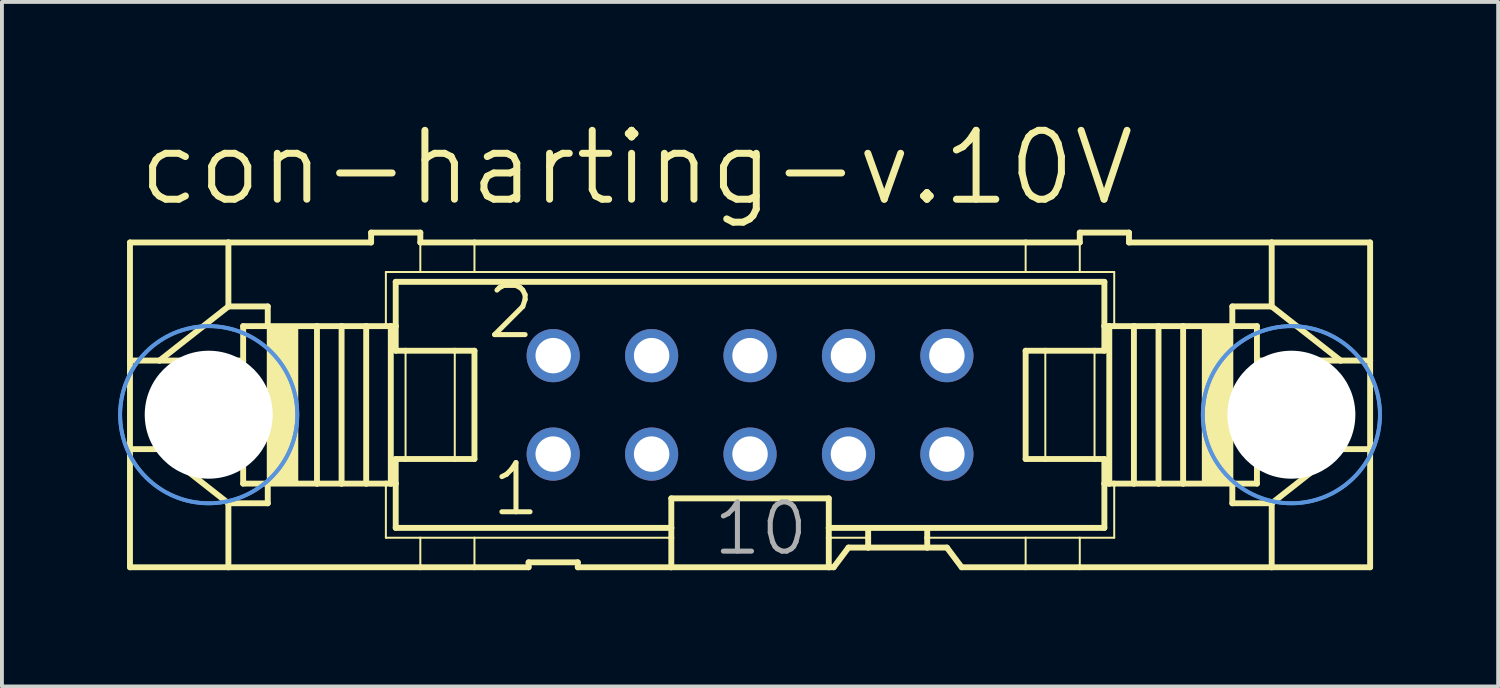
<source format=kicad_pcb>
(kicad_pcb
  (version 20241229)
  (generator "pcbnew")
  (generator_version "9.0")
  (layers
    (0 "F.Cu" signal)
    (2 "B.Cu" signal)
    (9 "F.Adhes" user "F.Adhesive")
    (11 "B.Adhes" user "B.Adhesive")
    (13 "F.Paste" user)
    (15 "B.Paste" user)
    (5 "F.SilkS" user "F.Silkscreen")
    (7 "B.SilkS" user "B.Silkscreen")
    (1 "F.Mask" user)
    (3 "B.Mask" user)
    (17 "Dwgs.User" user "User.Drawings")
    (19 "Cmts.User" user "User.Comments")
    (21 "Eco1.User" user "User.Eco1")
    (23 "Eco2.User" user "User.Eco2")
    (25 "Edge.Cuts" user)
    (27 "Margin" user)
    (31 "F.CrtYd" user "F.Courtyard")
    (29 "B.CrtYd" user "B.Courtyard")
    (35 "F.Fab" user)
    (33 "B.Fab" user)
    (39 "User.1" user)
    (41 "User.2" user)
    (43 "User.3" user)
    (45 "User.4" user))
  (footprint "con-harting-v.10V"
    (layer "F.Cu")
    (at 16.306 7.398)
    (property "Reference" "con-harting-v.10V" (at -15.875 -5.08 0) (layer "F.SilkS") (effects (font (size 1.778 1.778) (thickness 0.18)) (justify left bottom)))
    (attr through_hole)
    (fp_line (start -16.002 -4.191) (end -16.002 -1.143) (stroke (width 0.152) (type default)) (layer "F.SilkS"))
    (fp_line (start -16.002 -4.191) (end -13.462 -4.191) (stroke (width 0.152) (type default)) (layer "F.SilkS"))
    (fp_line (start -16.002 -1.143) (end -16.002 1.143) (stroke (width 0.152) (type default)) (layer "F.SilkS"))
    (fp_line (start -16.002 -1.143) (end -15.24 -1.143) (stroke (width 0.152) (type default)) (layer "F.SilkS"))
    (fp_line (start -16.002 1.143) (end -16.002 4.191) (stroke (width 0.152) (type default)) (layer "F.SilkS"))
    (fp_line (start -16.002 1.143) (end -15.24 1.143) (stroke (width 0.152) (type default)) (layer "F.SilkS"))
    (fp_line (start -15.24 -1.143) (end -13.081 -1.143) (stroke (width 0.152) (type default)) (layer "F.SilkS"))
    (fp_line (start -15.24 1.143) (end -13.081 1.143) (stroke (width 0.152) (type default)) (layer "F.SilkS"))
    (fp_line (start -13.462 -4.191) (end -13.462 -2.54) (stroke (width 0.152) (type default)) (layer "F.SilkS"))
    (fp_line (start -13.462 -2.54) (end -15.24 -1.143) (stroke (width 0.152) (type default)) (layer "F.SilkS"))
    (fp_line (start -13.462 2.54) (end -15.24 1.143) (stroke (width 0.152) (type default)) (layer "F.SilkS"))
    (fp_line (start -13.462 2.54) (end -13.462 4.191) (stroke (width 0.152) (type default)) (layer "F.SilkS"))
    (fp_line (start -13.462 4.191) (end -16.002 4.191) (stroke (width 0.152) (type default)) (layer "F.SilkS"))
    (fp_line (start -13.081 -1.143) (end -13.081 -2.032) (stroke (width 0.152) (type default)) (layer "F.SilkS"))
    (fp_line (start -13.081 1.143) (end -13.081 -1.143) (stroke (width 0.152) (type default)) (layer "F.SilkS"))
    (fp_line (start -13.081 2.032) (end -13.081 1.143) (stroke (width 0.152) (type default)) (layer "F.SilkS"))
    (fp_line (start -12.446 -2.54) (end -13.462 -2.54) (stroke (width 0.152) (type default)) (layer "F.SilkS"))
    (fp_line (start -12.446 -2.54) (end -12.446 -2.032) (stroke (width 0.152) (type default)) (layer "F.SilkS"))
    (fp_line (start -12.446 -2.032) (end -13.081 -2.032) (stroke (width 0.152) (type default)) (layer "F.SilkS"))
    (fp_line (start -12.446 2.032) (end -13.081 2.032) (stroke (width 0.152) (type default)) (layer "F.SilkS"))
    (fp_line (start -12.446 2.032) (end -12.446 2.54) (stroke (width 0.152) (type default)) (layer "F.SilkS"))
    (fp_line (start -12.446 2.54) (end -13.462 2.54) (stroke (width 0.152) (type default)) (layer "F.SilkS"))
    (fp_line (start -11.176 -2.032) (end -12.446 -2.032) (stroke (width 0.152) (type default)) (layer "F.SilkS"))
    (fp_line (start -11.176 2.032) (end -12.446 2.032) (stroke (width 0.152) (type default)) (layer "F.SilkS"))
    (fp_line (start -11.176 2.032) (end -11.176 -2.032) (stroke (width 0.152) (type default)) (layer "F.SilkS"))
    (fp_line (start -10.541 -2.032) (end -11.176 -2.032) (stroke (width 0.152) (type default)) (layer "F.SilkS"))
    (fp_line (start -10.541 2.032) (end -11.176 2.032) (stroke (width 0.152) (type default)) (layer "F.SilkS"))
    (fp_line (start -10.541 2.032) (end -10.541 -2.032) (stroke (width 0.152) (type default)) (layer "F.SilkS"))
    (fp_line (start -9.906 -2.032) (end -10.541 -2.032) (stroke (width 0.152) (type default)) (layer "F.SilkS"))
    (fp_line (start -9.906 2.032) (end -10.541 2.032) (stroke (width 0.152) (type default)) (layer "F.SilkS"))
    (fp_line (start -9.906 2.032) (end -9.906 -2.032) (stroke (width 0.152) (type default)) (layer "F.SilkS"))
    (fp_line (start -9.779 -4.445) (end -9.779 -4.191) (stroke (width 0.152) (type default)) (layer "F.SilkS"))
    (fp_line (start -9.779 -4.445) (end -8.509 -4.445) (stroke (width 0.152) (type default)) (layer "F.SilkS"))
    (fp_line (start -9.779 -4.191) (end -13.462 -4.191) (stroke (width 0.152) (type default)) (layer "F.SilkS"))
    (fp_line (start -9.398 -3.429) (end -9.398 -2.032) (stroke (width 0.051) (type default)) (layer "F.SilkS"))
    (fp_line (start -9.398 -2.032) (end -9.906 -2.032) (stroke (width 0.152) (type default)) (layer "F.SilkS"))
    (fp_line (start -9.398 2.032) (end -9.906 2.032) (stroke (width 0.152) (type default)) (layer "F.SilkS"))
    (fp_line (start -9.398 3.429) (end -9.398 2.032) (stroke (width 0.051) (type default)) (layer "F.SilkS"))
    (fp_line (start -9.271 -2.032) (end -9.398 -2.032) (stroke (width 0.152) (type default)) (layer "F.SilkS"))
    (fp_line (start -9.271 2.032) (end -9.398 2.032) (stroke (width 0.152) (type default)) (layer "F.SilkS"))
    (fp_line (start -9.271 2.032) (end -9.271 -2.032) (stroke (width 0.152) (type default)) (layer "F.SilkS"))
    (fp_line (start -9.144 -3.175) (end 9.144 -3.175) (stroke (width 0.152) (type default)) (layer "F.SilkS"))
    (fp_line (start -9.144 -2.032) (end -9.271 -2.032) (stroke (width 0.152) (type default)) (layer "F.SilkS"))
    (fp_line (start -9.144 -2.032) (end -9.144 -3.175) (stroke (width 0.152) (type default)) (layer "F.SilkS"))
    (fp_line (start -9.144 -1.397) (end -9.144 -2.032) (stroke (width 0.152) (type default)) (layer "F.SilkS"))
    (fp_line (start -9.144 -1.397) (end -8.89 -1.397) (stroke (width 0.152) (type default)) (layer "F.SilkS"))
    (fp_line (start -9.144 2.032) (end -9.271 2.032) (stroke (width 0.152) (type default)) (layer "F.SilkS"))
    (fp_line (start -9.144 2.032) (end -9.144 1.397) (stroke (width 0.152) (type default)) (layer "F.SilkS"))
    (fp_line (start -9.144 3.175) (end -9.144 2.032) (stroke (width 0.152) (type default)) (layer "F.SilkS"))
    (fp_line (start -8.89 -1.397) (end -7.62 -1.397) (stroke (width 0.152) (type default)) (layer "F.SilkS"))
    (fp_line (start -8.89 1.397) (end -9.144 1.397) (stroke (width 0.152) (type default)) (layer "F.SilkS"))
    (fp_line (start -8.89 1.397) (end -8.89 -1.397) (stroke (width 0.051) (type default)) (layer "F.SilkS"))
    (fp_line (start -8.509 -4.445) (end -8.509 -4.191) (stroke (width 0.152) (type default)) (layer "F.SilkS"))
    (fp_line (start -8.509 -3.429) (end -9.398 -3.429) (stroke (width 0.051) (type default)) (layer "F.SilkS"))
    (fp_line (start -8.509 -3.429) (end -8.509 -4.191) (stroke (width 0.051) (type default)) (layer "F.SilkS"))
    (fp_line (start -8.509 -3.429) (end -7.112 -3.429) (stroke (width 0.051) (type default)) (layer "F.SilkS"))
    (fp_line (start -8.509 3.429) (end -9.398 3.429) (stroke (width 0.051) (type default)) (layer "F.SilkS"))
    (fp_line (start -8.509 4.191) (end -13.462 4.191) (stroke (width 0.152) (type default)) (layer "F.SilkS"))
    (fp_line (start -8.509 4.191) (end -8.509 3.429) (stroke (width 0.051) (type default)) (layer "F.SilkS"))
    (fp_line (start -7.62 -1.397) (end -7.112 -1.397) (stroke (width 0.152) (type default)) (layer "F.SilkS"))
    (fp_line (start -7.62 1.397) (end -8.89 1.397) (stroke (width 0.152) (type default)) (layer "F.SilkS"))
    (fp_line (start -7.62 1.397) (end -7.62 -1.397) (stroke (width 0.051) (type default)) (layer "F.SilkS"))
    (fp_line (start -7.112 -4.191) (end -8.509 -4.191) (stroke (width 0.152) (type default)) (layer "F.SilkS"))
    (fp_line (start -7.112 -4.191) (end 7.112 -4.191) (stroke (width 0.152) (type default)) (layer "F.SilkS"))
    (fp_line (start -7.112 -3.429) (end -7.112 -4.191) (stroke (width 0.051) (type default)) (layer "F.SilkS"))
    (fp_line (start -7.112 -3.429) (end 7.112 -3.429) (stroke (width 0.051) (type default)) (layer "F.SilkS"))
    (fp_line (start -7.112 1.397) (end -7.62 1.397) (stroke (width 0.152) (type default)) (layer "F.SilkS"))
    (fp_line (start -7.112 1.397) (end -7.112 -1.397) (stroke (width 0.152) (type default)) (layer "F.SilkS"))
    (fp_line (start -7.112 3.429) (end -8.509 3.429) (stroke (width 0.051) (type default)) (layer "F.SilkS"))
    (fp_line (start -7.112 4.191) (end -8.509 4.191) (stroke (width 0.152) (type default)) (layer "F.SilkS"))
    (fp_line (start -7.112 4.191) (end -7.112 3.429) (stroke (width 0.051) (type default)) (layer "F.SilkS"))
    (fp_line (start -5.715 4.191) (end -7.112 4.191) (stroke (width 0.152) (type default)) (layer "F.SilkS"))
    (fp_line (start -5.715 4.191) (end -5.715 4.064) (stroke (width 0.152) (type default)) (layer "F.SilkS"))
    (fp_line (start -4.445 4.064) (end -5.715 4.064) (stroke (width 0.152) (type default)) (layer "F.SilkS"))
    (fp_line (start -4.445 4.064) (end -4.445 4.191) (stroke (width 0.152) (type default)) (layer "F.SilkS"))
    (fp_line (start -2.032 3.175) (end -9.144 3.175) (stroke (width 0.152) (type default)) (layer "F.SilkS"))
    (fp_line (start -2.032 3.175) (end -2.032 2.413) (stroke (width 0.152) (type default)) (layer "F.SilkS"))
    (fp_line (start -2.032 3.175) (end -2.032 3.429) (stroke (width 0.152) (type default)) (layer "F.SilkS"))
    (fp_line (start -2.032 3.429) (end -7.112 3.429) (stroke (width 0.051) (type default)) (layer "F.SilkS"))
    (fp_line (start -2.032 3.429) (end -2.032 4.191) (stroke (width 0.152) (type default)) (layer "F.SilkS"))
    (fp_line (start -2.032 4.191) (end -4.445 4.191) (stroke (width 0.152) (type default)) (layer "F.SilkS"))
    (fp_line (start 2.032 2.413) (end -2.032 2.413) (stroke (width 0.152) (type default)) (layer "F.SilkS"))
    (fp_line (start 2.032 2.413) (end 2.032 3.175) (stroke (width 0.152) (type default)) (layer "F.SilkS"))
    (fp_line (start 2.032 3.175) (end 2.032 3.429) (stroke (width 0.152) (type default)) (layer "F.SilkS"))
    (fp_line (start 2.032 3.429) (end 2.032 4.191) (stroke (width 0.152) (type default)) (layer "F.SilkS"))
    (fp_line (start 2.032 4.191) (end -2.032 4.191) (stroke (width 0.152) (type default)) (layer "F.SilkS"))
    (fp_line (start 2.159 4.191) (end 2.032 4.191) (stroke (width 0.152) (type default)) (layer "F.SilkS"))
    (fp_line (start 2.159 4.191) (end 2.54 3.683) (stroke (width 0.152) (type default)) (layer "F.SilkS"))
    (fp_line (start 3.048 3.175) (end 2.032 3.175) (stroke (width 0.152) (type default)) (layer "F.SilkS"))
    (fp_line (start 3.048 3.175) (end 3.048 3.429) (stroke (width 0.152) (type default)) (layer "F.SilkS"))
    (fp_line (start 3.048 3.429) (end 2.032 3.429) (stroke (width 0.051) (type default)) (layer "F.SilkS"))
    (fp_line (start 3.048 3.429) (end 3.048 3.683) (stroke (width 0.152) (type default)) (layer "F.SilkS"))
    (fp_line (start 3.048 3.683) (end 2.54 3.683) (stroke (width 0.152) (type default)) (layer "F.SilkS"))
    (fp_line (start 4.572 3.175) (end 3.048 3.175) (stroke (width 0.152) (type default)) (layer "F.SilkS"))
    (fp_line (start 4.572 3.175) (end 4.572 3.429) (stroke (width 0.152) (type default)) (layer "F.SilkS"))
    (fp_line (start 4.572 3.429) (end 4.572 3.683) (stroke (width 0.152) (type default)) (layer "F.SilkS"))
    (fp_line (start 4.572 3.429) (end 7.112 3.429) (stroke (width 0.051) (type default)) (layer "F.SilkS"))
    (fp_line (start 4.572 3.683) (end 3.048 3.683) (stroke (width 0.152) (type default)) (layer "F.SilkS"))
    (fp_line (start 5.08 3.683) (end 4.572 3.683) (stroke (width 0.152) (type default)) (layer "F.SilkS"))
    (fp_line (start 5.08 3.683) (end 5.461 4.191) (stroke (width 0.152) (type default)) (layer "F.SilkS"))
    (fp_line (start 7.112 -4.191) (end 7.112 -3.429) (stroke (width 0.051) (type default)) (layer "F.SilkS"))
    (fp_line (start 7.112 -4.191) (end 8.509 -4.191) (stroke (width 0.152) (type default)) (layer "F.SilkS"))
    (fp_line (start 7.112 -1.397) (end 7.112 1.397) (stroke (width 0.152) (type default)) (layer "F.SilkS"))
    (fp_line (start 7.112 -1.397) (end 7.62 -1.397) (stroke (width 0.152) (type default)) (layer "F.SilkS"))
    (fp_line (start 7.112 3.429) (end 7.112 4.191) (stroke (width 0.051) (type default)) (layer "F.SilkS"))
    (fp_line (start 7.112 3.429) (end 8.509 3.429) (stroke (width 0.051) (type default)) (layer "F.SilkS"))
    (fp_line (start 7.112 4.191) (end 5.461 4.191) (stroke (width 0.152) (type default)) (layer "F.SilkS"))
    (fp_line (start 7.62 -1.397) (end 7.62 1.397) (stroke (width 0.051) (type default)) (layer "F.SilkS"))
    (fp_line (start 7.62 -1.397) (end 8.89 -1.397) (stroke (width 0.152) (type default)) (layer "F.SilkS"))
    (fp_line (start 7.62 1.397) (end 7.112 1.397) (stroke (width 0.152) (type default)) (layer "F.SilkS"))
    (fp_line (start 8.509 -4.191) (end 8.509 -4.445) (stroke (width 0.152) (type default)) (layer "F.SilkS"))
    (fp_line (start 8.509 -4.191) (end 8.509 -3.429) (stroke (width 0.051) (type default)) (layer "F.SilkS"))
    (fp_line (start 8.509 -3.429) (end 7.112 -3.429) (stroke (width 0.051) (type default)) (layer "F.SilkS"))
    (fp_line (start 8.509 -3.429) (end 9.398 -3.429) (stroke (width 0.051) (type default)) (layer "F.SilkS"))
    (fp_line (start 8.509 3.429) (end 8.509 4.191) (stroke (width 0.051) (type default)) (layer "F.SilkS"))
    (fp_line (start 8.509 3.429) (end 9.398 3.429) (stroke (width 0.051) (type default)) (layer "F.SilkS"))
    (fp_line (start 8.509 4.191) (end 7.112 4.191) (stroke (width 0.152) (type default)) (layer "F.SilkS"))
    (fp_line (start 8.89 -1.397) (end 8.89 1.397) (stroke (width 0.051) (type default)) (layer "F.SilkS"))
    (fp_line (start 8.89 -1.397) (end 9.144 -1.397) (stroke (width 0.152) (type default)) (layer "F.SilkS"))
    (fp_line (start 8.89 1.397) (end 7.62 1.397) (stroke (width 0.152) (type default)) (layer "F.SilkS"))
    (fp_line (start 9.144 -3.175) (end 9.144 -2.032) (stroke (width 0.152) (type default)) (layer "F.SilkS"))
    (fp_line (start 9.144 -2.032) (end 9.144 -1.397) (stroke (width 0.152) (type default)) (layer "F.SilkS"))
    (fp_line (start 9.144 -2.032) (end 9.271 -2.032) (stroke (width 0.152) (type default)) (layer "F.SilkS"))
    (fp_line (start 9.144 1.397) (end 8.89 1.397) (stroke (width 0.152) (type default)) (layer "F.SilkS"))
    (fp_line (start 9.144 1.397) (end 9.144 2.032) (stroke (width 0.152) (type default)) (layer "F.SilkS"))
    (fp_line (start 9.144 2.032) (end 9.144 3.175) (stroke (width 0.152) (type default)) (layer "F.SilkS"))
    (fp_line (start 9.144 2.032) (end 9.271 2.032) (stroke (width 0.152) (type default)) (layer "F.SilkS"))
    (fp_line (start 9.144 3.175) (end 4.572 3.175) (stroke (width 0.152) (type default)) (layer "F.SilkS"))
    (fp_line (start 9.271 -2.032) (end 9.271 2.032) (stroke (width 0.152) (type default)) (layer "F.SilkS"))
    (fp_line (start 9.271 -2.032) (end 9.398 -2.032) (stroke (width 0.152) (type default)) (layer "F.SilkS"))
    (fp_line (start 9.271 2.032) (end 9.398 2.032) (stroke (width 0.152) (type default)) (layer "F.SilkS"))
    (fp_line (start 9.398 -3.429) (end 9.398 -2.032) (stroke (width 0.051) (type default)) (layer "F.SilkS"))
    (fp_line (start 9.398 -2.032) (end 9.906 -2.032) (stroke (width 0.152) (type default)) (layer "F.SilkS"))
    (fp_line (start 9.398 2.032) (end 9.906 2.032) (stroke (width 0.152) (type default)) (layer "F.SilkS"))
    (fp_line (start 9.398 3.429) (end 9.398 2.032) (stroke (width 0.051) (type default)) (layer "F.SilkS"))
    (fp_line (start 9.779 -4.445) (end 8.509 -4.445) (stroke (width 0.152) (type default)) (layer "F.SilkS"))
    (fp_line (start 9.779 -4.191) (end 9.779 -4.445) (stroke (width 0.152) (type default)) (layer "F.SilkS"))
    (fp_line (start 9.779 -4.191) (end 13.462 -4.191) (stroke (width 0.152) (type default)) (layer "F.SilkS"))
    (fp_line (start 9.906 -2.032) (end 9.906 2.032) (stroke (width 0.152) (type default)) (layer "F.SilkS"))
    (fp_line (start 9.906 -2.032) (end 10.541 -2.032) (stroke (width 0.152) (type default)) (layer "F.SilkS"))
    (fp_line (start 9.906 2.032) (end 10.541 2.032) (stroke (width 0.152) (type default)) (layer "F.SilkS"))
    (fp_line (start 10.541 -2.032) (end 10.541 2.032) (stroke (width 0.152) (type default)) (layer "F.SilkS"))
    (fp_line (start 10.541 -2.032) (end 11.176 -2.032) (stroke (width 0.152) (type default)) (layer "F.SilkS"))
    (fp_line (start 10.541 2.032) (end 11.176 2.032) (stroke (width 0.152) (type default)) (layer "F.SilkS"))
    (fp_line (start 11.176 -2.032) (end 11.176 2.032) (stroke (width 0.152) (type default)) (layer "F.SilkS"))
    (fp_line (start 11.176 -2.032) (end 12.446 -2.032) (stroke (width 0.152) (type default)) (layer "F.SilkS"))
    (fp_line (start 11.176 2.032) (end 12.446 2.032) (stroke (width 0.152) (type default)) (layer "F.SilkS"))
    (fp_line (start 12.446 -2.54) (end 13.462 -2.54) (stroke (width 0.152) (type default)) (layer "F.SilkS"))
    (fp_line (start 12.446 -2.032) (end 12.446 -2.54) (stroke (width 0.152) (type default)) (layer "F.SilkS"))
    (fp_line (start 12.446 -2.032) (end 13.081 -2.032) (stroke (width 0.152) (type default)) (layer "F.SilkS"))
    (fp_line (start 12.446 2.032) (end 13.081 2.032) (stroke (width 0.152) (type default)) (layer "F.SilkS"))
    (fp_line (start 12.446 2.54) (end 12.446 2.032) (stroke (width 0.152) (type default)) (layer "F.SilkS"))
    (fp_line (start 12.446 2.54) (end 13.462 2.54) (stroke (width 0.152) (type default)) (layer "F.SilkS"))
    (fp_line (start 13.081 -2.032) (end 13.081 -1.143) (stroke (width 0.152) (type default)) (layer "F.SilkS"))
    (fp_line (start 13.081 -1.143) (end 13.081 1.143) (stroke (width 0.152) (type default)) (layer "F.SilkS"))
    (fp_line (start 13.081 1.143) (end 13.081 2.032) (stroke (width 0.152) (type default)) (layer "F.SilkS"))
    (fp_line (start 13.462 -4.191) (end 16.002 -4.191) (stroke (width 0.152) (type default)) (layer "F.SilkS"))
    (fp_line (start 13.462 -2.54) (end 13.462 -4.191) (stroke (width 0.152) (type default)) (layer "F.SilkS"))
    (fp_line (start 13.462 -2.54) (end 15.24 -1.143) (stroke (width 0.152) (type default)) (layer "F.SilkS"))
    (fp_line (start 13.462 2.54) (end 15.24 1.143) (stroke (width 0.152) (type default)) (layer "F.SilkS"))
    (fp_line (start 13.462 4.191) (end 8.509 4.191) (stroke (width 0.152) (type default)) (layer "F.SilkS"))
    (fp_line (start 13.462 4.191) (end 13.462 2.54) (stroke (width 0.152) (type default)) (layer "F.SilkS"))
    (fp_line (start 15.24 -1.143) (end 13.081 -1.143) (stroke (width 0.152) (type default)) (layer "F.SilkS"))
    (fp_line (start 15.24 1.143) (end 13.081 1.143) (stroke (width 0.152) (type default)) (layer "F.SilkS"))
    (fp_line (start 16.002 -1.143) (end 15.24 -1.143) (stroke (width 0.152) (type default)) (layer "F.SilkS"))
    (fp_line (start 16.002 -1.143) (end 16.002 -4.191) (stroke (width 0.152) (type default)) (layer "F.SilkS"))
    (fp_line (start 16.002 1.143) (end 15.24 1.143) (stroke (width 0.152) (type default)) (layer "F.SilkS"))
    (fp_line (start 16.002 1.143) (end 16.002 -1.143) (stroke (width 0.152) (type default)) (layer "F.SilkS"))
    (fp_line (start 16.002 4.191) (end 13.462 4.191) (stroke (width 0.152) (type default)) (layer "F.SilkS"))
    (fp_line (start 16.002 4.191) (end 16.002 1.143) (stroke (width 0.152) (type default)) (layer "F.SilkS"))
    (fp_rect (start -12.446 2.032) (end -11.684 -2.032) (stroke (width 0.05) (type default)) (fill yes) (layer "F.SilkS"))
    (fp_rect (start 11.684 2.032) (end 12.446 -2.032) (stroke (width 0.05) (type default)) (fill yes) (layer "F.SilkS"))
    (fp_circle (center -13.97 0.254) (end -11.684 0.254) (stroke (width 0.1) (type default)) (fill no) (layer "Cmts.User"))
    (fp_circle (center -13.97 0.254) (end -11.684 0.254) (stroke (width 0.1) (type default)) (fill no) (layer "Cmts.User"))
    (fp_circle (center 13.97 0.254) (end 16.256 0.254) (stroke (width 0.1) (type default)) (fill no) (layer "Cmts.User"))
    (fp_circle (center 13.97 0.254) (end 16.256 0.254) (stroke (width 0.1) (type default)) (fill no) (layer "Cmts.User"))
    (fp_rect (start -15.24 0.381) (end -13.462 -0.381) (stroke (width 0.05) (type default)) (fill no) (layer "F.Fab"))
    (fp_rect (start -5.334 -1.016) (end -4.826 -1.524) (stroke (width 0.05) (type default)) (fill no) (layer "F.Fab"))
    (fp_rect (start -5.334 1.524) (end -4.826 1.016) (stroke (width 0.05) (type default)) (fill no) (layer "F.Fab"))
    (fp_rect (start -2.794 -1.016) (end -2.286 -1.524) (stroke (width 0.05) (type default)) (fill no) (layer "F.Fab"))
    (fp_rect (start -2.794 1.524) (end -2.286 1.016) (stroke (width 0.05) (type default)) (fill no) (layer "F.Fab"))
    (fp_rect (start -0.254 -1.016) (end 0.254 -1.524) (stroke (width 0.05) (type default)) (fill no) (layer "F.Fab"))
    (fp_rect (start -0.254 1.524) (end 0.254 1.016) (stroke (width 0.05) (type default)) (fill no) (layer "F.Fab"))
    (fp_rect (start 2.286 -1.016) (end 2.794 -1.524) (stroke (width 0.05) (type default)) (fill no) (layer "F.Fab"))
    (fp_rect (start 2.286 1.524) (end 2.794 1.016) (stroke (width 0.05) (type default)) (fill no) (layer "F.Fab"))
    (fp_rect (start 4.826 -1.016) (end 5.334 -1.524) (stroke (width 0.05) (type default)) (fill no) (layer "F.Fab"))
    (fp_rect (start 4.826 1.524) (end 5.334 1.016) (stroke (width 0.05) (type default)) (fill no) (layer "F.Fab"))
    (fp_rect (start 13.462 0.381) (end 15.24 -0.381) (stroke (width 0.05) (type default)) (fill no) (layer "F.Fab"))
    (fp_text user "1" (at -6.731 2.921 0) (layer "F.SilkS") (effects (font (size 1.27 1.27) (thickness 0.13)) (justify left bottom)))
    (fp_text user "2" (at -6.858 -1.651 0) (layer "F.SilkS") (effects (font (size 1.27 1.27) (thickness 0.13)) (justify left bottom)))
    (fp_text user "10" (at -1.016 3.937 0) (layer "F.Fab") (effects (font (size 1.27 1.27) (thickness 0.13)) (justify left bottom)))
    (pad "" np_thru_hole circle (at -13.97 0.254) (size 3.302 3.302) (drill 3.302) (layers "*.Cu" "*.Mask"))
    (pad "" np_thru_hole circle (at 13.97 0.254) (size 3.302 3.302) (drill 3.302) (layers "*.Cu" "*.Mask"))
    (pad "1" thru_hole circle (at -5.08 1.27) (size 1.372 1.372) (drill 0.914) (layers "*.Cu" "*.Mask"))
    (pad "2" thru_hole circle (at -5.08 -1.27) (size 1.372 1.372) (drill 0.914) (layers "*.Cu" "*.Mask"))
    (pad "3" thru_hole circle (at -2.54 1.27) (size 1.372 1.372) (drill 0.914) (layers "*.Cu" "*.Mask"))
    (pad "4" thru_hole circle (at -2.54 -1.27) (size 1.372 1.372) (drill 0.914) (layers "*.Cu" "*.Mask"))
    (pad "5" thru_hole circle (at 0 1.27) (size 1.372 1.372) (drill 0.914) (layers "*.Cu" "*.Mask"))
    (pad "6" thru_hole circle (at 0 -1.27) (size 1.372 1.372) (drill 0.914) (layers "*.Cu" "*.Mask"))
    (pad "7" thru_hole circle (at 2.54 1.27) (size 1.372 1.372) (drill 0.914) (layers "*.Cu" "*.Mask"))
    (pad "8" thru_hole circle (at 2.54 -1.27) (size 1.372 1.372) (drill 0.914) (layers "*.Cu" "*.Mask"))
    (pad "9" thru_hole circle (at 5.08 1.27) (size 1.372 1.372) (drill 0.914) (layers "*.Cu" "*.Mask"))
    (pad "10" thru_hole circle (at 5.08 -1.27) (size 1.372 1.372) (drill 0.914) (layers "*.Cu" "*.Mask")))
  (gr_rect
    (start -3 -3)
    (end 35.612 14.665)
    (stroke (width 0.1) (type default))
    (fill no)
    (layer "Edge.Cuts")))
</source>
